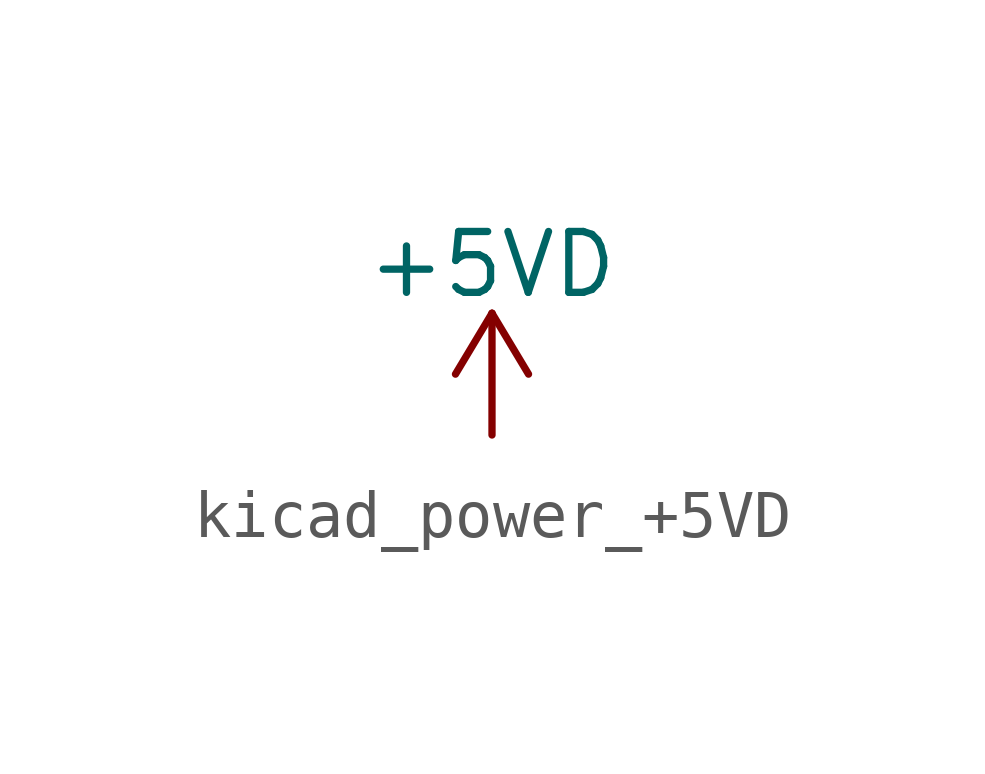
<source format=kicad_sym>
(kicad_symbol_lib
  (version 20220914)
  (generator kicad_symbol_editor)
  (symbol "kicad_power_+5VD"
    (power)
    (pin_names
      (offset 0))
    (property "Reference" "#PWR"
      (at 0 -3.81 0)
      (effects (font (size 1.27 1.27)) hide))
    (property "Value" "+5VD"
      (at 0 3.556 0)
      (effects (font (size 1.27 1.27))))
    (symbol "kicad_power_+5VD_0_1"
      (polyline (pts (xy -0.762 1.27) (xy 0 2.54)) (stroke (width 0) (type default)) (fill (type none)))
      (polyline (pts (xy 0 0) (xy 0 2.54)) (stroke (width 0) (type default)) (fill (type none)))
      (polyline (pts (xy 0 2.54) (xy 0.762 1.27)) (stroke (width 0) (type default)) (fill (type none))))
    (symbol "kicad_power_+5VD_1_1"
      (pin power_in line (at 0 0 90) (length 0) hide (name "+5VD" (effects (font (size 1.27 1.27)))) (number "1" (effects (font (size 1.27 1.27))))))))
</source>
